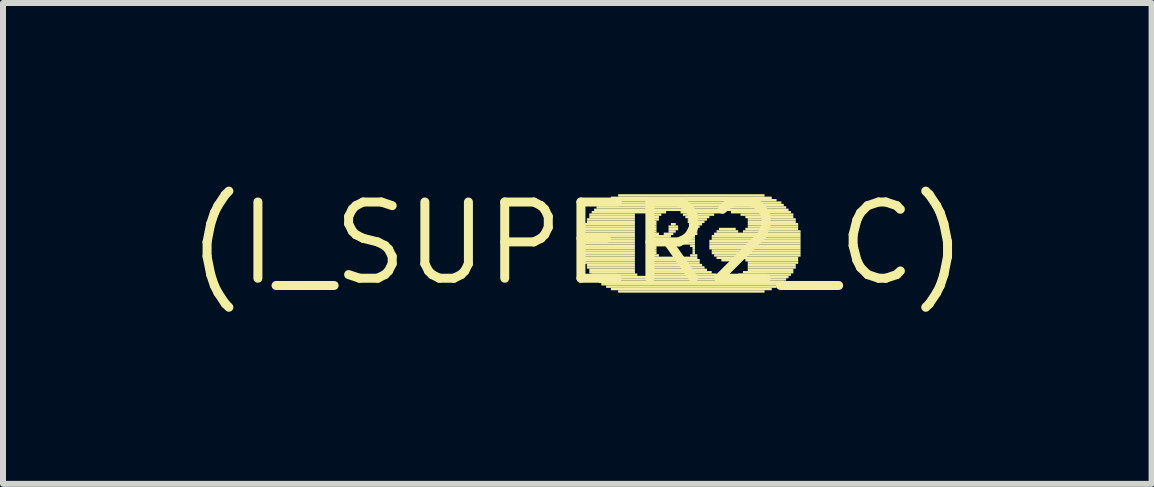
<source format=kicad_pcb>
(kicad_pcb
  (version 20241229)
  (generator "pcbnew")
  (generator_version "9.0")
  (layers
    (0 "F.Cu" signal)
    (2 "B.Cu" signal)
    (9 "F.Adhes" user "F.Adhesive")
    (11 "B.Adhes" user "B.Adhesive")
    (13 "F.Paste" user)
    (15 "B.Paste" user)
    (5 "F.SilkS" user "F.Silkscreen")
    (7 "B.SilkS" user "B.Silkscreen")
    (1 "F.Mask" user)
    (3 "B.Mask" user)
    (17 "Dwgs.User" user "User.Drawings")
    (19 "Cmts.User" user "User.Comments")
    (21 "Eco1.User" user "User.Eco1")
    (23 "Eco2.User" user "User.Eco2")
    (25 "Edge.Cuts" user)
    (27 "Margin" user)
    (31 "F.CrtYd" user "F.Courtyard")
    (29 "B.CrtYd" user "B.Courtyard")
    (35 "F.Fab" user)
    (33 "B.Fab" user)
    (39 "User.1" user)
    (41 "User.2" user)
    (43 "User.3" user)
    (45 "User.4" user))
  (footprint "(I_SUPER2_C)"
    (layer "F.Cu")
    (at 6.569 1.006)
    (property "Reference" "(I_SUPER2_C)" (at 0 0 0) (layer "F.SilkS") (effects (font (size 1.27 1.27) (thickness 0.15))))
    (attr through_hole)
    (fp_poly (pts (xy 0.08 -0.18) (xy 0.96 -0.18) (xy 0.96 -0.22) (xy 0.08 -0.22)) (stroke (width 0) (type solid)) (fill yes) (layer "F.SilkS"))
    (fp_poly (pts (xy 0.08 -0.14) (xy 0.96 -0.14) (xy 0.96 -0.18) (xy 0.08 -0.18)) (stroke (width 0) (type solid)) (fill yes) (layer "F.SilkS"))
    (fp_poly (pts (xy 0.08 -0.1) (xy 0.96 -0.1) (xy 0.96 -0.14) (xy 0.08 -0.14)) (stroke (width 0) (type solid)) (fill yes) (layer "F.SilkS"))
    (fp_poly (pts (xy 0.08 -0.06) (xy 0.96 -0.06) (xy 0.96 -0.1) (xy 0.08 -0.1)) (stroke (width 0) (type solid)) (fill yes) (layer "F.SilkS"))
    (fp_poly (pts (xy 0.08 -0.02) (xy 0.96 -0.02) (xy 0.96 -0.06) (xy 0.08 -0.06)) (stroke (width 0) (type solid)) (fill yes) (layer "F.SilkS"))
    (fp_poly (pts (xy 0.08 0.02) (xy 0.96 0.02) (xy 0.96 -0.02) (xy 0.08 -0.02)) (stroke (width 0) (type solid)) (fill yes) (layer "F.SilkS"))
    (fp_poly (pts (xy 0.08 0.06) (xy 0.96 0.06) (xy 0.96 0.02) (xy 0.08 0.02)) (stroke (width 0) (type solid)) (fill yes) (layer "F.SilkS"))
    (fp_poly (pts (xy 0.08 0.1) (xy 0.96 0.1) (xy 0.96 0.06) (xy 0.08 0.06)) (stroke (width 0) (type solid)) (fill yes) (layer "F.SilkS"))
    (fp_poly (pts (xy 0.08 0.14) (xy 0.96 0.14) (xy 0.96 0.1) (xy 0.08 0.1)) (stroke (width 0) (type solid)) (fill yes) (layer "F.SilkS"))
    (fp_poly (pts (xy 0.08 0.18) (xy 0.96 0.18) (xy 0.96 0.14) (xy 0.08 0.14)) (stroke (width 0) (type solid)) (fill yes) (layer "F.SilkS"))
    (fp_poly (pts (xy 0.08 0.22) (xy 0.96 0.22) (xy 0.96 0.18) (xy 0.08 0.18)) (stroke (width 0) (type solid)) (fill yes) (layer "F.SilkS"))
    (fp_poly (pts (xy 0.12 -0.3) (xy 0.96 -0.3) (xy 0.96 -0.34) (xy 0.12 -0.34)) (stroke (width 0) (type solid)) (fill yes) (layer "F.SilkS"))
    (fp_poly (pts (xy 0.12 -0.26) (xy 0.96 -0.26) (xy 0.96 -0.3) (xy 0.12 -0.3)) (stroke (width 0) (type solid)) (fill yes) (layer "F.SilkS"))
    (fp_poly (pts (xy 0.12 -0.22) (xy 0.96 -0.22) (xy 0.96 -0.26) (xy 0.12 -0.26)) (stroke (width 0) (type solid)) (fill yes) (layer "F.SilkS"))
    (fp_poly (pts (xy 0.12 0.26) (xy 0.96 0.26) (xy 0.96 0.22) (xy 0.12 0.22)) (stroke (width 0) (type solid)) (fill yes) (layer "F.SilkS"))
    (fp_poly (pts (xy 0.12 0.3) (xy 0.96 0.3) (xy 0.96 0.26) (xy 0.12 0.26)) (stroke (width 0) (type solid)) (fill yes) (layer "F.SilkS"))
    (fp_poly (pts (xy 0.12 0.34) (xy 0.96 0.34) (xy 0.96 0.3) (xy 0.12 0.3)) (stroke (width 0) (type solid)) (fill yes) (layer "F.SilkS"))
    (fp_poly (pts (xy 0.16 -0.38) (xy 0.96 -0.38) (xy 0.96 -0.42) (xy 0.16 -0.42)) (stroke (width 0) (type solid)) (fill yes) (layer "F.SilkS"))
    (fp_poly (pts (xy 0.16 -0.34) (xy 0.96 -0.34) (xy 0.96 -0.38) (xy 0.16 -0.38)) (stroke (width 0) (type solid)) (fill yes) (layer "F.SilkS"))
    (fp_poly (pts (xy 0.16 0.38) (xy 0.96 0.38) (xy 0.96 0.34) (xy 0.16 0.34)) (stroke (width 0) (type solid)) (fill yes) (layer "F.SilkS"))
    (fp_poly (pts (xy 0.16 0.42) (xy 0.96 0.42) (xy 0.96 0.38) (xy 0.16 0.38)) (stroke (width 0) (type solid)) (fill yes) (layer "F.SilkS"))
    (fp_poly (pts (xy 0.2 -0.46) (xy 0.96 -0.46) (xy 0.96 -0.5) (xy 0.2 -0.5)) (stroke (width 0) (type solid)) (fill yes) (layer "F.SilkS"))
    (fp_poly (pts (xy 0.2 -0.42) (xy 0.96 -0.42) (xy 0.96 -0.46) (xy 0.2 -0.46)) (stroke (width 0) (type solid)) (fill yes) (layer "F.SilkS"))
    (fp_poly (pts (xy 0.2 0.46) (xy 0.96 0.46) (xy 0.96 0.42) (xy 0.2 0.42)) (stroke (width 0) (type solid)) (fill yes) (layer "F.SilkS"))
    (fp_poly (pts (xy 0.2 0.5) (xy 0.96 0.5) (xy 0.96 0.46) (xy 0.2 0.46)) (stroke (width 0) (type solid)) (fill yes) (layer "F.SilkS"))
    (fp_poly (pts (xy 0.24 -0.5) (xy 1.48 -0.5) (xy 1.48 -0.54) (xy 0.24 -0.54)) (stroke (width 0) (type solid)) (fill yes) (layer "F.SilkS"))
    (fp_poly (pts (xy 0.24 0.54) (xy 1 0.54) (xy 1 0.5) (xy 0.24 0.5)) (stroke (width 0) (type solid)) (fill yes) (layer "F.SilkS"))
    (fp_poly (pts (xy 0.28 -0.54) (xy 3.52 -0.54) (xy 3.52 -0.58) (xy 0.28 -0.58)) (stroke (width 0) (type solid)) (fill yes) (layer "F.SilkS"))
    (fp_poly (pts (xy 0.28 0.58) (xy 3.52 0.58) (xy 3.52 0.54) (xy 0.28 0.54)) (stroke (width 0) (type solid)) (fill yes) (layer "F.SilkS"))
    (fp_poly (pts (xy 0.32 -0.58) (xy 3.48 -0.58) (xy 3.48 -0.62) (xy 0.32 -0.62)) (stroke (width 0) (type solid)) (fill yes) (layer "F.SilkS"))
    (fp_poly (pts (xy 0.32 0.62) (xy 3.48 0.62) (xy 3.48 0.58) (xy 0.32 0.58)) (stroke (width 0) (type solid)) (fill yes) (layer "F.SilkS"))
    (fp_poly (pts (xy 0.36 -0.62) (xy 3.44 -0.62) (xy 3.44 -0.66) (xy 0.36 -0.66)) (stroke (width 0) (type solid)) (fill yes) (layer "F.SilkS"))
    (fp_poly (pts (xy 0.36 0.66) (xy 3.44 0.66) (xy 3.44 0.62) (xy 0.36 0.62)) (stroke (width 0) (type solid)) (fill yes) (layer "F.SilkS"))
    (fp_poly (pts (xy 0.4 -0.66) (xy 3.4 -0.66) (xy 3.4 -0.7) (xy 0.4 -0.7)) (stroke (width 0) (type solid)) (fill yes) (layer "F.SilkS"))
    (fp_poly (pts (xy 0.4 0.7) (xy 3.4 0.7) (xy 3.4 0.66) (xy 0.4 0.66)) (stroke (width 0) (type solid)) (fill yes) (layer "F.SilkS"))
    (fp_poly (pts (xy 0.48 -0.7) (xy 3.32 -0.7) (xy 3.32 -0.74) (xy 0.48 -0.74)) (stroke (width 0) (type solid)) (fill yes) (layer "F.SilkS"))
    (fp_poly (pts (xy 0.48 0.74) (xy 3.32 0.74) (xy 3.32 0.7) (xy 0.48 0.7)) (stroke (width 0) (type solid)) (fill yes) (layer "F.SilkS"))
    (fp_poly (pts (xy 0.56 -0.74) (xy 3.24 -0.74) (xy 3.24 -0.78) (xy 0.56 -0.78)) (stroke (width 0) (type solid)) (fill yes) (layer "F.SilkS"))
    (fp_poly (pts (xy 0.56 0.78) (xy 3.24 0.78) (xy 3.24 0.74) (xy 0.56 0.74)) (stroke (width 0) (type solid)) (fill yes) (layer "F.SilkS"))
    (fp_poly (pts (xy 0.68 -0.78) (xy 3.12 -0.78) (xy 3.12 -0.82) (xy 0.68 -0.82)) (stroke (width 0) (type solid)) (fill yes) (layer "F.SilkS"))
    (fp_poly (pts (xy 0.68 0.82) (xy 3.12 0.82) (xy 3.12 0.78) (xy 0.68 0.78)) (stroke (width 0) (type solid)) (fill yes) (layer "F.SilkS"))
    (fp_poly (pts (xy 1.16 0.54) (xy 2.32 0.54) (xy 2.32 0.5) (xy 1.16 0.5)) (stroke (width 0) (type solid)) (fill yes) (layer "F.SilkS"))
    (fp_poly (pts (xy 1.2 -0.46) (xy 1.4 -0.46) (xy 1.4 -0.5) (xy 1.2 -0.5)) (stroke (width 0) (type solid)) (fill yes) (layer "F.SilkS"))
    (fp_poly (pts (xy 1.2 -0.42) (xy 1.36 -0.42) (xy 1.36 -0.46) (xy 1.2 -0.46)) (stroke (width 0) (type solid)) (fill yes) (layer "F.SilkS"))
    (fp_poly (pts (xy 1.2 -0.38) (xy 1.36 -0.38) (xy 1.36 -0.42) (xy 1.2 -0.42)) (stroke (width 0) (type solid)) (fill yes) (layer "F.SilkS"))
    (fp_poly (pts (xy 1.2 -0.34) (xy 1.32 -0.34) (xy 1.32 -0.38) (xy 1.2 -0.38)) (stroke (width 0) (type solid)) (fill yes) (layer "F.SilkS"))
    (fp_poly (pts (xy 1.2 -0.3) (xy 1.32 -0.3) (xy 1.32 -0.34) (xy 1.2 -0.34)) (stroke (width 0) (type solid)) (fill yes) (layer "F.SilkS"))
    (fp_poly (pts (xy 1.2 -0.26) (xy 1.32 -0.26) (xy 1.32 -0.3) (xy 1.2 -0.3)) (stroke (width 0) (type solid)) (fill yes) (layer "F.SilkS"))
    (fp_poly (pts (xy 1.2 -0.22) (xy 1.32 -0.22) (xy 1.32 -0.26) (xy 1.2 -0.26)) (stroke (width 0) (type solid)) (fill yes) (layer "F.SilkS"))
    (fp_poly (pts (xy 1.2 -0.18) (xy 1.32 -0.18) (xy 1.32 -0.22) (xy 1.2 -0.22)) (stroke (width 0) (type solid)) (fill yes) (layer "F.SilkS"))
    (fp_poly (pts (xy 1.2 -0.14) (xy 1.36 -0.14) (xy 1.36 -0.18) (xy 1.2 -0.18)) (stroke (width 0) (type solid)) (fill yes) (layer "F.SilkS"))
    (fp_poly (pts (xy 1.2 -0.1) (xy 1.56 -0.1) (xy 1.56 -0.14) (xy 1.2 -0.14)) (stroke (width 0) (type solid)) (fill yes) (layer "F.SilkS"))
    (fp_poly (pts (xy 1.2 -0.06) (xy 1.48 -0.06) (xy 1.48 -0.1) (xy 1.2 -0.1)) (stroke (width 0) (type solid)) (fill yes) (layer "F.SilkS"))
    (fp_poly (pts (xy 1.2 -0.02) (xy 1.4 -0.02) (xy 1.4 -0.06) (xy 1.2 -0.06)) (stroke (width 0) (type solid)) (fill yes) (layer "F.SilkS"))
    (fp_poly (pts (xy 1.2 0.02) (xy 1.36 0.02) (xy 1.36 -0.02) (xy 1.2 -0.02)) (stroke (width 0) (type solid)) (fill yes) (layer "F.SilkS"))
    (fp_poly (pts (xy 1.2 0.06) (xy 1.32 0.06) (xy 1.32 0.02) (xy 1.2 0.02)) (stroke (width 0) (type solid)) (fill yes) (layer "F.SilkS"))
    (fp_poly (pts (xy 1.2 0.1) (xy 1.32 0.1) (xy 1.32 0.06) (xy 1.2 0.06)) (stroke (width 0) (type solid)) (fill yes) (layer "F.SilkS"))
    (fp_poly (pts (xy 1.2 0.14) (xy 1.32 0.14) (xy 1.32 0.1) (xy 1.2 0.1)) (stroke (width 0) (type solid)) (fill yes) (layer "F.SilkS"))
    (fp_poly (pts (xy 1.2 0.18) (xy 1.32 0.18) (xy 1.32 0.14) (xy 1.2 0.14)) (stroke (width 0) (type solid)) (fill yes) (layer "F.SilkS"))
    (fp_poly (pts (xy 1.2 0.22) (xy 1.36 0.22) (xy 1.36 0.18) (xy 1.2 0.18)) (stroke (width 0) (type solid)) (fill yes) (layer "F.SilkS"))
    (fp_poly (pts (xy 1.2 0.26) (xy 2 0.26) (xy 2 0.22) (xy 1.2 0.22)) (stroke (width 0) (type solid)) (fill yes) (layer "F.SilkS"))
    (fp_poly (pts (xy 1.2 0.3) (xy 2.04 0.3) (xy 2.04 0.26) (xy 1.2 0.26)) (stroke (width 0) (type solid)) (fill yes) (layer "F.SilkS"))
    (fp_poly (pts (xy 1.2 0.34) (xy 2.04 0.34) (xy 2.04 0.3) (xy 1.2 0.3)) (stroke (width 0) (type solid)) (fill yes) (layer "F.SilkS"))
    (fp_poly (pts (xy 1.2 0.38) (xy 2.08 0.38) (xy 2.08 0.34) (xy 1.2 0.34)) (stroke (width 0) (type solid)) (fill yes) (layer "F.SilkS"))
    (fp_poly (pts (xy 1.2 0.42) (xy 2.12 0.42) (xy 2.12 0.38) (xy 1.2 0.38)) (stroke (width 0) (type solid)) (fill yes) (layer "F.SilkS"))
    (fp_poly (pts (xy 1.2 0.46) (xy 2.16 0.46) (xy 2.16 0.42) (xy 1.2 0.42)) (stroke (width 0) (type solid)) (fill yes) (layer "F.SilkS"))
    (fp_poly (pts (xy 1.2 0.5) (xy 2.24 0.5) (xy 2.24 0.46) (xy 1.2 0.46)) (stroke (width 0) (type solid)) (fill yes) (layer "F.SilkS"))
    (fp_poly (pts (xy 1.44 -0.14) (xy 1.6 -0.14) (xy 1.6 -0.18) (xy 1.44 -0.18)) (stroke (width 0) (type solid)) (fill yes) (layer "F.SilkS"))
    (fp_poly (pts (xy 1.52 -0.26) (xy 1.68 -0.26) (xy 1.68 -0.3) (xy 1.52 -0.3)) (stroke (width 0) (type solid)) (fill yes) (layer "F.SilkS"))
    (fp_poly (pts (xy 1.52 -0.22) (xy 1.68 -0.22) (xy 1.68 -0.26) (xy 1.52 -0.26)) (stroke (width 0) (type solid)) (fill yes) (layer "F.SilkS"))
    (fp_poly (pts (xy 1.52 -0.18) (xy 1.64 -0.18) (xy 1.64 -0.22) (xy 1.52 -0.22)) (stroke (width 0) (type solid)) (fill yes) (layer "F.SilkS"))
    (fp_poly (pts (xy 1.56 -0.3) (xy 1.64 -0.3) (xy 1.64 -0.34) (xy 1.56 -0.34)) (stroke (width 0) (type solid)) (fill yes) (layer "F.SilkS"))
    (fp_poly (pts (xy 1.72 -0.5) (xy 2.44 -0.5) (xy 2.44 -0.54) (xy 1.72 -0.54)) (stroke (width 0) (type solid)) (fill yes) (layer "F.SilkS"))
    (fp_poly (pts (xy 1.72 0.02) (xy 1.96 0.02) (xy 1.96 -0.02) (xy 1.72 -0.02)) (stroke (width 0) (type solid)) (fill yes) (layer "F.SilkS"))
    (fp_poly (pts (xy 1.76 -0.46) (xy 2.28 -0.46) (xy 2.28 -0.5) (xy 1.76 -0.5)) (stroke (width 0) (type solid)) (fill yes) (layer "F.SilkS"))
    (fp_poly (pts (xy 1.76 -0.02) (xy 1.96 -0.02) (xy 1.96 -0.06) (xy 1.76 -0.06)) (stroke (width 0) (type solid)) (fill yes) (layer "F.SilkS"))
    (fp_poly (pts (xy 1.8 -0.42) (xy 2.2 -0.42) (xy 2.2 -0.46) (xy 1.8 -0.46)) (stroke (width 0) (type solid)) (fill yes) (layer "F.SilkS"))
    (fp_poly (pts (xy 1.8 -0.06) (xy 1.96 -0.06) (xy 1.96 -0.1) (xy 1.8 -0.1)) (stroke (width 0) (type solid)) (fill yes) (layer "F.SilkS"))
    (fp_poly (pts (xy 1.84 -0.38) (xy 2.16 -0.38) (xy 2.16 -0.42) (xy 1.84 -0.42)) (stroke (width 0) (type solid)) (fill yes) (layer "F.SilkS"))
    (fp_poly (pts (xy 1.84 -0.34) (xy 2.12 -0.34) (xy 2.12 -0.38) (xy 1.84 -0.38)) (stroke (width 0) (type solid)) (fill yes) (layer "F.SilkS"))
    (fp_poly (pts (xy 1.84 -0.14) (xy 2 -0.14) (xy 2 -0.18) (xy 1.84 -0.18)) (stroke (width 0) (type solid)) (fill yes) (layer "F.SilkS"))
    (fp_poly (pts (xy 1.84 -0.1) (xy 1.96 -0.1) (xy 1.96 -0.14) (xy 1.84 -0.14)) (stroke (width 0) (type solid)) (fill yes) (layer "F.SilkS"))
    (fp_poly (pts (xy 1.88 -0.3) (xy 2.08 -0.3) (xy 2.08 -0.34) (xy 1.88 -0.34)) (stroke (width 0) (type solid)) (fill yes) (layer "F.SilkS"))
    (fp_poly (pts (xy 1.88 -0.26) (xy 2.04 -0.26) (xy 2.04 -0.3) (xy 1.88 -0.3)) (stroke (width 0) (type solid)) (fill yes) (layer "F.SilkS"))
    (fp_poly (pts (xy 1.88 -0.22) (xy 2 -0.22) (xy 2 -0.26) (xy 1.88 -0.26)) (stroke (width 0) (type solid)) (fill yes) (layer "F.SilkS"))
    (fp_poly (pts (xy 1.88 -0.18) (xy 2 -0.18) (xy 2 -0.22) (xy 1.88 -0.22)) (stroke (width 0) (type solid)) (fill yes) (layer "F.SilkS"))
    (fp_poly (pts (xy 1.88 0.06) (xy 1.96 0.06) (xy 1.96 0.02) (xy 1.88 0.02)) (stroke (width 0) (type solid)) (fill yes) (layer "F.SilkS"))
    (fp_poly (pts (xy 1.88 0.22) (xy 2 0.22) (xy 2 0.18) (xy 1.88 0.18)) (stroke (width 0) (type solid)) (fill yes) (layer "F.SilkS"))
    (fp_poly (pts (xy 1.92 0.1) (xy 1.96 0.1) (xy 1.96 0.06) (xy 1.92 0.06)) (stroke (width 0) (type solid)) (fill yes) (layer "F.SilkS"))
    (fp_poly (pts (xy 1.92 0.14) (xy 1.96 0.14) (xy 1.96 0.1) (xy 1.92 0.1)) (stroke (width 0) (type solid)) (fill yes) (layer "F.SilkS"))
    (fp_poly (pts (xy 1.92 0.18) (xy 1.96 0.18) (xy 1.96 0.14) (xy 1.92 0.14)) (stroke (width 0) (type solid)) (fill yes) (layer "F.SilkS"))
    (fp_poly (pts (xy 2.2 -0.02) (xy 3.72 -0.02) (xy 3.72 -0.06) (xy 2.2 -0.06)) (stroke (width 0) (type solid)) (fill yes) (layer "F.SilkS"))
    (fp_poly (pts (xy 2.2 0.02) (xy 3.72 0.02) (xy 3.72 -0.02) (xy 2.2 -0.02)) (stroke (width 0) (type solid)) (fill yes) (layer "F.SilkS"))
    (fp_poly (pts (xy 2.2 0.06) (xy 3.72 0.06) (xy 3.72 0.02) (xy 2.2 0.02)) (stroke (width 0) (type solid)) (fill yes) (layer "F.SilkS"))
    (fp_poly (pts (xy 2.2 0.1) (xy 3.72 0.1) (xy 3.72 0.06) (xy 2.2 0.06)) (stroke (width 0) (type solid)) (fill yes) (layer "F.SilkS"))
    (fp_poly (pts (xy 2.24 -0.1) (xy 3.72 -0.1) (xy 3.72 -0.14) (xy 2.24 -0.14)) (stroke (width 0) (type solid)) (fill yes) (layer "F.SilkS"))
    (fp_poly (pts (xy 2.24 -0.06) (xy 3.72 -0.06) (xy 3.72 -0.1) (xy 2.24 -0.1)) (stroke (width 0) (type solid)) (fill yes) (layer "F.SilkS"))
    (fp_poly (pts (xy 2.24 0.14) (xy 3.72 0.14) (xy 3.72 0.1) (xy 2.24 0.1)) (stroke (width 0) (type solid)) (fill yes) (layer "F.SilkS"))
    (fp_poly (pts (xy 2.24 0.18) (xy 3.72 0.18) (xy 3.72 0.14) (xy 2.24 0.14)) (stroke (width 0) (type solid)) (fill yes) (layer "F.SilkS"))
    (fp_poly (pts (xy 2.28 -0.14) (xy 3.72 -0.14) (xy 3.72 -0.18) (xy 2.28 -0.18)) (stroke (width 0) (type solid)) (fill yes) (layer "F.SilkS"))
    (fp_poly (pts (xy 2.28 0.22) (xy 3.72 0.22) (xy 3.72 0.18) (xy 2.28 0.18)) (stroke (width 0) (type solid)) (fill yes) (layer "F.SilkS"))
    (fp_poly (pts (xy 2.32 -0.18) (xy 2.68 -0.18) (xy 2.68 -0.22) (xy 2.32 -0.22)) (stroke (width 0) (type solid)) (fill yes) (layer "F.SilkS"))
    (fp_poly (pts (xy 2.32 0.26) (xy 2.68 0.26) (xy 2.68 0.22) (xy 2.32 0.22)) (stroke (width 0) (type solid)) (fill yes) (layer "F.SilkS"))
    (fp_poly (pts (xy 2.36 -0.22) (xy 2.64 -0.22) (xy 2.64 -0.26) (xy 2.36 -0.26)) (stroke (width 0) (type solid)) (fill yes) (layer "F.SilkS"))
    (fp_poly (pts (xy 2.4 0.3) (xy 2.6 0.3) (xy 2.6 0.26) (xy 2.4 0.26)) (stroke (width 0) (type solid)) (fill yes) (layer "F.SilkS"))
    (fp_poly (pts (xy 2.56 -0.5) (xy 3.56 -0.5) (xy 3.56 -0.54) (xy 2.56 -0.54)) (stroke (width 0) (type solid)) (fill yes) (layer "F.SilkS"))
    (fp_poly (pts (xy 2.68 0.54) (xy 3.56 0.54) (xy 3.56 0.5) (xy 2.68 0.5)) (stroke (width 0) (type solid)) (fill yes) (layer "F.SilkS"))
    (fp_poly (pts (xy 2.72 -0.46) (xy 3.6 -0.46) (xy 3.6 -0.5) (xy 2.72 -0.5)) (stroke (width 0) (type solid)) (fill yes) (layer "F.SilkS"))
    (fp_poly (pts (xy 2.76 -0.18) (xy 3.72 -0.18) (xy 3.72 -0.22) (xy 2.76 -0.22)) (stroke (width 0) (type solid)) (fill yes) (layer "F.SilkS"))
    (fp_poly (pts (xy 2.76 0.26) (xy 3.68 0.26) (xy 3.68 0.22) (xy 2.76 0.22)) (stroke (width 0) (type solid)) (fill yes) (layer "F.SilkS"))
    (fp_poly (pts (xy 2.76 0.5) (xy 3.6 0.5) (xy 3.6 0.46) (xy 2.76 0.46)) (stroke (width 0) (type solid)) (fill yes) (layer "F.SilkS"))
    (fp_poly (pts (xy 2.8 -0.42) (xy 3.6 -0.42) (xy 3.6 -0.46) (xy 2.8 -0.46)) (stroke (width 0) (type solid)) (fill yes) (layer "F.SilkS"))
    (fp_poly (pts (xy 2.8 -0.22) (xy 3.68 -0.22) (xy 3.68 -0.26) (xy 2.8 -0.26)) (stroke (width 0) (type solid)) (fill yes) (layer "F.SilkS"))
    (fp_poly (pts (xy 2.8 0.3) (xy 3.68 0.3) (xy 3.68 0.26) (xy 2.8 0.26)) (stroke (width 0) (type solid)) (fill yes) (layer "F.SilkS"))
    (fp_poly (pts (xy 2.84 -0.38) (xy 3.64 -0.38) (xy 3.64 -0.42) (xy 2.84 -0.42)) (stroke (width 0) (type solid)) (fill yes) (layer "F.SilkS"))
    (fp_poly (pts (xy 2.84 -0.34) (xy 3.64 -0.34) (xy 3.64 -0.38) (xy 2.84 -0.38)) (stroke (width 0) (type solid)) (fill yes) (layer "F.SilkS"))
    (fp_poly (pts (xy 2.84 -0.3) (xy 3.68 -0.3) (xy 3.68 -0.34) (xy 2.84 -0.34)) (stroke (width 0) (type solid)) (fill yes) (layer "F.SilkS"))
    (fp_poly (pts (xy 2.84 -0.26) (xy 3.68 -0.26) (xy 3.68 -0.3) (xy 2.84 -0.3)) (stroke (width 0) (type solid)) (fill yes) (layer "F.SilkS"))
    (fp_poly (pts (xy 2.84 0.34) (xy 3.68 0.34) (xy 3.68 0.3) (xy 2.84 0.3)) (stroke (width 0) (type solid)) (fill yes) (layer "F.SilkS"))
    (fp_poly (pts (xy 2.84 0.38) (xy 3.64 0.38) (xy 3.64 0.34) (xy 2.84 0.34)) (stroke (width 0) (type solid)) (fill yes) (layer "F.SilkS"))
    (fp_poly (pts (xy 2.84 0.42) (xy 3.64 0.42) (xy 3.64 0.38) (xy 2.84 0.38)) (stroke (width 0) (type solid)) (fill yes) (layer "F.SilkS"))
    (fp_poly (pts (xy 2.84 0.46) (xy 3.6 0.46) (xy 3.6 0.42) (xy 2.84 0.42)) (stroke (width 0) (type solid)) (fill yes) (layer "F.SilkS")))
  (gr_rect
    (start -3 -3)
    (end 16.138 5.012)
    (stroke (width 0.1) (type default))
    (fill no)
    (layer "Edge.Cuts")))
</source>
